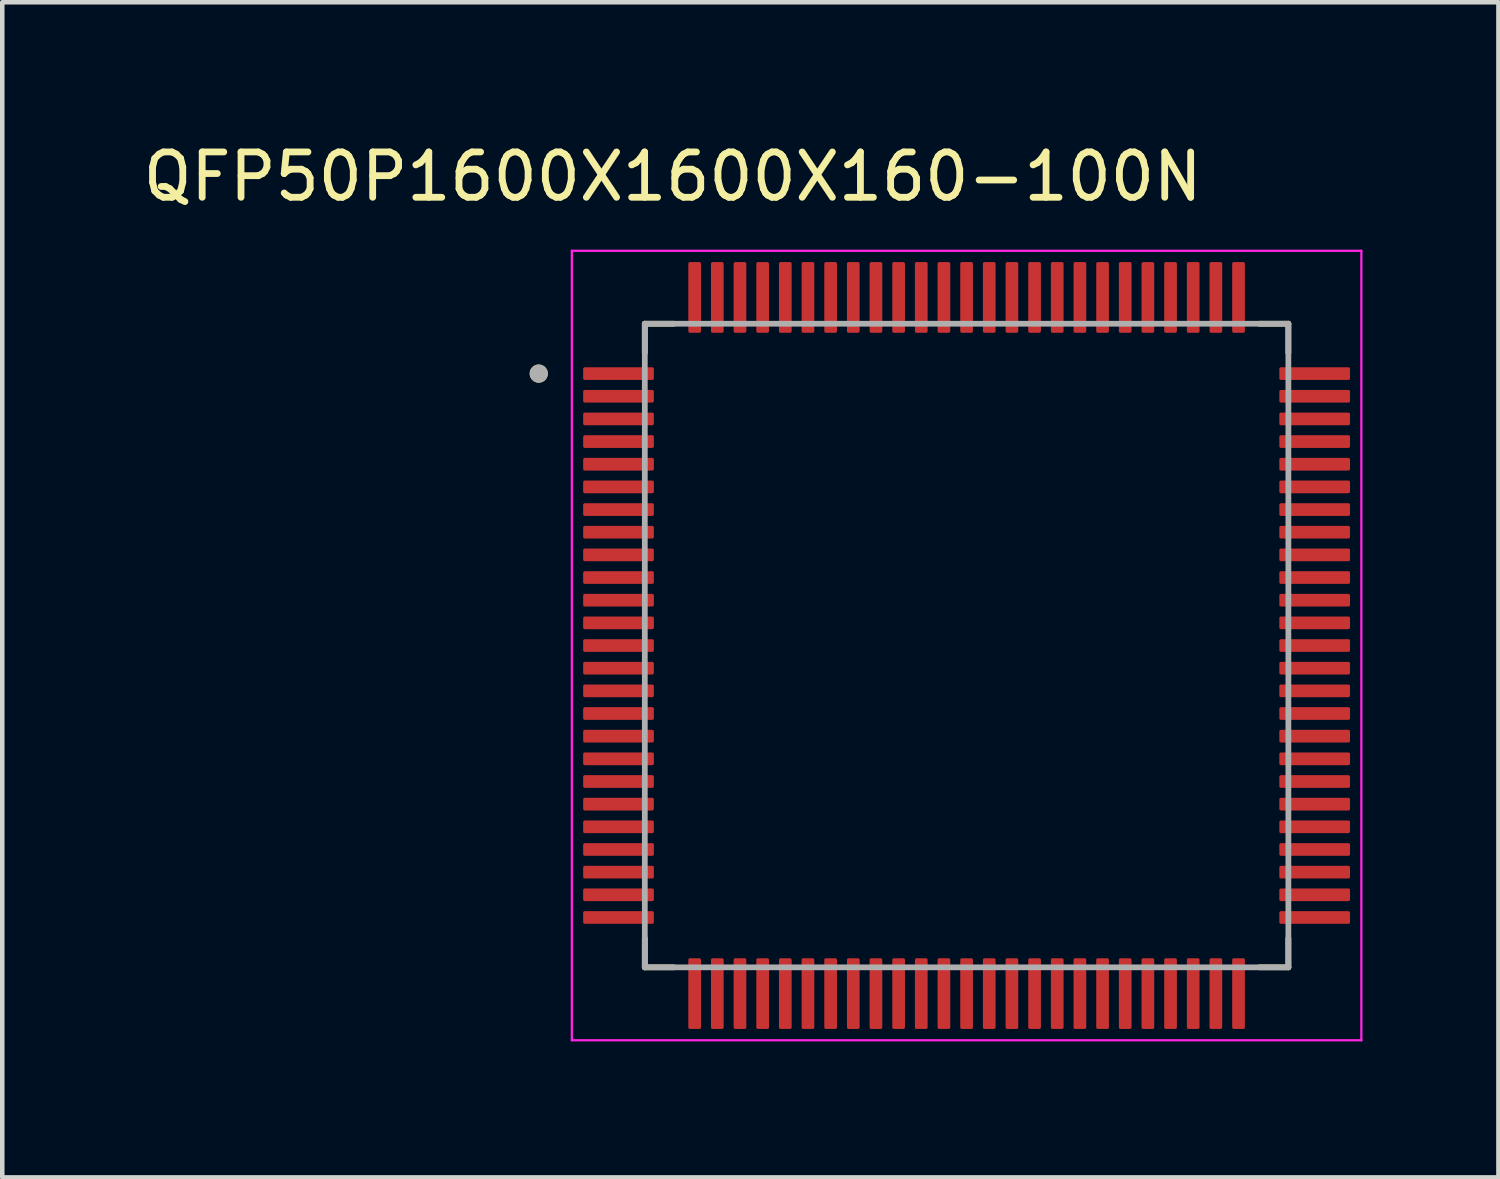
<source format=kicad_pcb>
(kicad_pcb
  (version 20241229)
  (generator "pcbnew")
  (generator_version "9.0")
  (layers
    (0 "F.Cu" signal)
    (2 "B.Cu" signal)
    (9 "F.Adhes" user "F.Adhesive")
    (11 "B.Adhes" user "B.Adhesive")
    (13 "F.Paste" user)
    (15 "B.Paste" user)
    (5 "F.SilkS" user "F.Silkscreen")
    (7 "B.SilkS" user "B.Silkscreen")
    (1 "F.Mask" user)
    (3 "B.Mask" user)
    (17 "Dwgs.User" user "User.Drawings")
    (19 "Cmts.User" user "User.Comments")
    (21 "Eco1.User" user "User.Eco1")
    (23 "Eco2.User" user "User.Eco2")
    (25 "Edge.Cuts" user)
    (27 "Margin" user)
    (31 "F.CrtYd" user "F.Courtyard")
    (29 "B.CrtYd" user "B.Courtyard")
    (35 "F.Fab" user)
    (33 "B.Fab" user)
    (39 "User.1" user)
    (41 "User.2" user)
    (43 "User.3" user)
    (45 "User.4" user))
  (footprint "QFP50P1600X1600X160-100N"
    (layer "F.Cu")
    (at 18.277 11.193)
    (property "Reference" "QFP50P1600X1600X160-100N" (at -6.485 -10.345 0) (layer "F.SilkS") (effects (font (size 1 1) (thickness 0.15))))
    (attr smd)
    (fp_line (start -7.1 -7.1) (end -7.1 -6.46) (stroke (width 0.127) (type solid)) (layer "F.SilkS"))
    (fp_line (start -7.1 -7.1) (end -6.46 -7.1) (stroke (width 0.127) (type solid)) (layer "F.SilkS"))
    (fp_line (start -7.1 7.1) (end -7.1 6.46) (stroke (width 0.127) (type solid)) (layer "F.SilkS"))
    (fp_line (start -7.1 7.1) (end -6.46 7.1) (stroke (width 0.127) (type solid)) (layer "F.SilkS"))
    (fp_line (start 7.1 -7.1) (end 6.46 -7.1) (stroke (width 0.127) (type solid)) (layer "F.SilkS"))
    (fp_line (start 7.1 -7.1) (end 7.1 -6.46) (stroke (width 0.127) (type solid)) (layer "F.SilkS"))
    (fp_line (start 7.1 7.1) (end 6.46 7.1) (stroke (width 0.127) (type solid)) (layer "F.SilkS"))
    (fp_line (start 7.1 7.1) (end 7.1 6.46) (stroke (width 0.127) (type solid)) (layer "F.SilkS"))
    (fp_circle (center -9.44 -6) (end -9.34 -6) (stroke (width 0.2) (type solid)) (fill no) (layer "F.SilkS"))
    (fp_line (start -8.71 -8.71) (end 8.71 -8.71) (stroke (width 0.05) (type solid)) (layer "F.CrtYd"))
    (fp_line (start -8.71 8.71) (end -8.71 -8.71) (stroke (width 0.05) (type solid)) (layer "F.CrtYd"))
    (fp_line (start -8.71 8.71) (end 8.71 8.71) (stroke (width 0.05) (type solid)) (layer "F.CrtYd"))
    (fp_line (start 8.71 8.71) (end 8.71 -8.71) (stroke (width 0.05) (type solid)) (layer "F.CrtYd"))
    (fp_line (start -7.1 7.1) (end -7.1 -7.1) (stroke (width 0.127) (type solid)) (layer "F.Fab"))
    (fp_line (start 7.1 -7.1) (end -7.1 -7.1) (stroke (width 0.127) (type solid)) (layer "F.Fab"))
    (fp_line (start 7.1 7.1) (end -7.1 7.1) (stroke (width 0.127) (type solid)) (layer "F.Fab"))
    (fp_line (start 7.1 7.1) (end 7.1 -7.1) (stroke (width 0.127) (type solid)) (layer "F.Fab"))
    (fp_circle (center -9.44 -6) (end -9.34 -6) (stroke (width 0.2) (type solid)) (fill no) (layer "F.Fab"))
    (pad "1" smd roundrect (at -7.68 -6) (size 1.56 0.28) (layers "F.Cu" "F.Mask" "F.Paste") (roundrect_rratio 0.125))
    (pad "2" smd roundrect (at -7.68 -5.5) (size 1.56 0.28) (layers "F.Cu" "F.Mask" "F.Paste") (roundrect_rratio 0.125))
    (pad "3" smd roundrect (at -7.68 -5) (size 1.56 0.28) (layers "F.Cu" "F.Mask" "F.Paste") (roundrect_rratio 0.125))
    (pad "4" smd roundrect (at -7.68 -4.5) (size 1.56 0.28) (layers "F.Cu" "F.Mask" "F.Paste") (roundrect_rratio 0.125))
    (pad "5" smd roundrect (at -7.68 -4) (size 1.56 0.28) (layers "F.Cu" "F.Mask" "F.Paste") (roundrect_rratio 0.125))
    (pad "6" smd roundrect (at -7.68 -3.5) (size 1.56 0.28) (layers "F.Cu" "F.Mask" "F.Paste") (roundrect_rratio 0.125))
    (pad "7" smd roundrect (at -7.68 -3) (size 1.56 0.28) (layers "F.Cu" "F.Mask" "F.Paste") (roundrect_rratio 0.125))
    (pad "8" smd roundrect (at -7.68 -2.5) (size 1.56 0.28) (layers "F.Cu" "F.Mask" "F.Paste") (roundrect_rratio 0.125))
    (pad "9" smd roundrect (at -7.68 -2) (size 1.56 0.28) (layers "F.Cu" "F.Mask" "F.Paste") (roundrect_rratio 0.125))
    (pad "10" smd roundrect (at -7.68 -1.5) (size 1.56 0.28) (layers "F.Cu" "F.Mask" "F.Paste") (roundrect_rratio 0.125))
    (pad "11" smd roundrect (at -7.68 -1) (size 1.56 0.28) (layers "F.Cu" "F.Mask" "F.Paste") (roundrect_rratio 0.125))
    (pad "12" smd roundrect (at -7.68 -0.5) (size 1.56 0.28) (layers "F.Cu" "F.Mask" "F.Paste") (roundrect_rratio 0.125))
    (pad "13" smd roundrect (at -7.68 0) (size 1.56 0.28) (layers "F.Cu" "F.Mask" "F.Paste") (roundrect_rratio 0.125))
    (pad "14" smd roundrect (at -7.68 0.5) (size 1.56 0.28) (layers "F.Cu" "F.Mask" "F.Paste") (roundrect_rratio 0.125))
    (pad "15" smd roundrect (at -7.68 1) (size 1.56 0.28) (layers "F.Cu" "F.Mask" "F.Paste") (roundrect_rratio 0.125))
    (pad "16" smd roundrect (at -7.68 1.5) (size 1.56 0.28) (layers "F.Cu" "F.Mask" "F.Paste") (roundrect_rratio 0.125))
    (pad "17" smd roundrect (at -7.68 2) (size 1.56 0.28) (layers "F.Cu" "F.Mask" "F.Paste") (roundrect_rratio 0.125))
    (pad "18" smd roundrect (at -7.68 2.5) (size 1.56 0.28) (layers "F.Cu" "F.Mask" "F.Paste") (roundrect_rratio 0.125))
    (pad "19" smd roundrect (at -7.68 3) (size 1.56 0.28) (layers "F.Cu" "F.Mask" "F.Paste") (roundrect_rratio 0.125))
    (pad "20" smd roundrect (at -7.68 3.5) (size 1.56 0.28) (layers "F.Cu" "F.Mask" "F.Paste") (roundrect_rratio 0.125))
    (pad "21" smd roundrect (at -7.68 4) (size 1.56 0.28) (layers "F.Cu" "F.Mask" "F.Paste") (roundrect_rratio 0.125))
    (pad "22" smd roundrect (at -7.68 4.5) (size 1.56 0.28) (layers "F.Cu" "F.Mask" "F.Paste") (roundrect_rratio 0.125))
    (pad "23" smd roundrect (at -7.68 5) (size 1.56 0.28) (layers "F.Cu" "F.Mask" "F.Paste") (roundrect_rratio 0.125))
    (pad "24" smd roundrect (at -7.68 5.5) (size 1.56 0.28) (layers "F.Cu" "F.Mask" "F.Paste") (roundrect_rratio 0.125))
    (pad "25" smd roundrect (at -7.68 6) (size 1.56 0.28) (layers "F.Cu" "F.Mask" "F.Paste") (roundrect_rratio 0.125))
    (pad "26" smd roundrect (at -6 7.68 90) (size 1.56 0.28) (layers "F.Cu" "F.Mask" "F.Paste") (roundrect_rratio 0.125))
    (pad "27" smd roundrect (at -5.5 7.68 90) (size 1.56 0.28) (layers "F.Cu" "F.Mask" "F.Paste") (roundrect_rratio 0.125))
    (pad "28" smd roundrect (at -5 7.68 90) (size 1.56 0.28) (layers "F.Cu" "F.Mask" "F.Paste") (roundrect_rratio 0.125))
    (pad "29" smd roundrect (at -4.5 7.68 90) (size 1.56 0.28) (layers "F.Cu" "F.Mask" "F.Paste") (roundrect_rratio 0.125))
    (pad "30" smd roundrect (at -4 7.68 90) (size 1.56 0.28) (layers "F.Cu" "F.Mask" "F.Paste") (roundrect_rratio 0.125))
    (pad "31" smd roundrect (at -3.5 7.68 90) (size 1.56 0.28) (layers "F.Cu" "F.Mask" "F.Paste") (roundrect_rratio 0.125))
    (pad "32" smd roundrect (at -3 7.68 90) (size 1.56 0.28) (layers "F.Cu" "F.Mask" "F.Paste") (roundrect_rratio 0.125))
    (pad "33" smd roundrect (at -2.5 7.68 90) (size 1.56 0.28) (layers "F.Cu" "F.Mask" "F.Paste") (roundrect_rratio 0.125))
    (pad "34" smd roundrect (at -2 7.68 90) (size 1.56 0.28) (layers "F.Cu" "F.Mask" "F.Paste") (roundrect_rratio 0.125))
    (pad "35" smd roundrect (at -1.5 7.68 90) (size 1.56 0.28) (layers "F.Cu" "F.Mask" "F.Paste") (roundrect_rratio 0.125))
    (pad "36" smd roundrect (at -1 7.68 90) (size 1.56 0.28) (layers "F.Cu" "F.Mask" "F.Paste") (roundrect_rratio 0.125))
    (pad "37" smd roundrect (at -0.5 7.68 90) (size 1.56 0.28) (layers "F.Cu" "F.Mask" "F.Paste") (roundrect_rratio 0.125))
    (pad "38" smd roundrect (at 0 7.68 90) (size 1.56 0.28) (layers "F.Cu" "F.Mask" "F.Paste") (roundrect_rratio 0.125))
    (pad "39" smd roundrect (at 0.5 7.68 90) (size 1.56 0.28) (layers "F.Cu" "F.Mask" "F.Paste") (roundrect_rratio 0.125))
    (pad "40" smd roundrect (at 1 7.68 90) (size 1.56 0.28) (layers "F.Cu" "F.Mask" "F.Paste") (roundrect_rratio 0.125))
    (pad "41" smd roundrect (at 1.5 7.68 90) (size 1.56 0.28) (layers "F.Cu" "F.Mask" "F.Paste") (roundrect_rratio 0.125))
    (pad "42" smd roundrect (at 2 7.68 90) (size 1.56 0.28) (layers "F.Cu" "F.Mask" "F.Paste") (roundrect_rratio 0.125))
    (pad "43" smd roundrect (at 2.5 7.68 90) (size 1.56 0.28) (layers "F.Cu" "F.Mask" "F.Paste") (roundrect_rratio 0.125))
    (pad "44" smd roundrect (at 3 7.68 90) (size 1.56 0.28) (layers "F.Cu" "F.Mask" "F.Paste") (roundrect_rratio 0.125))
    (pad "45" smd roundrect (at 3.5 7.68 90) (size 1.56 0.28) (layers "F.Cu" "F.Mask" "F.Paste") (roundrect_rratio 0.125))
    (pad "46" smd roundrect (at 4 7.68 90) (size 1.56 0.28) (layers "F.Cu" "F.Mask" "F.Paste") (roundrect_rratio 0.125))
    (pad "47" smd roundrect (at 4.5 7.68 90) (size 1.56 0.28) (layers "F.Cu" "F.Mask" "F.Paste") (roundrect_rratio 0.125))
    (pad "48" smd roundrect (at 5 7.68 90) (size 1.56 0.28) (layers "F.Cu" "F.Mask" "F.Paste") (roundrect_rratio 0.125))
    (pad "49" smd roundrect (at 5.5 7.68 90) (size 1.56 0.28) (layers "F.Cu" "F.Mask" "F.Paste") (roundrect_rratio 0.125))
    (pad "50" smd roundrect (at 6 7.68 90) (size 1.56 0.28) (layers "F.Cu" "F.Mask" "F.Paste") (roundrect_rratio 0.125))
    (pad "51" smd roundrect (at 7.68 6) (size 1.56 0.28) (layers "F.Cu" "F.Mask" "F.Paste") (roundrect_rratio 0.125))
    (pad "52" smd roundrect (at 7.68 5.5) (size 1.56 0.28) (layers "F.Cu" "F.Mask" "F.Paste") (roundrect_rratio 0.125))
    (pad "53" smd roundrect (at 7.68 5) (size 1.56 0.28) (layers "F.Cu" "F.Mask" "F.Paste") (roundrect_rratio 0.125))
    (pad "54" smd roundrect (at 7.68 4.5) (size 1.56 0.28) (layers "F.Cu" "F.Mask" "F.Paste") (roundrect_rratio 0.125))
    (pad "55" smd roundrect (at 7.68 4) (size 1.56 0.28) (layers "F.Cu" "F.Mask" "F.Paste") (roundrect_rratio 0.125))
    (pad "56" smd roundrect (at 7.68 3.5) (size 1.56 0.28) (layers "F.Cu" "F.Mask" "F.Paste") (roundrect_rratio 0.125))
    (pad "57" smd roundrect (at 7.68 3) (size 1.56 0.28) (layers "F.Cu" "F.Mask" "F.Paste") (roundrect_rratio 0.125))
    (pad "58" smd roundrect (at 7.68 2.5) (size 1.56 0.28) (layers "F.Cu" "F.Mask" "F.Paste") (roundrect_rratio 0.125))
    (pad "59" smd roundrect (at 7.68 2) (size 1.56 0.28) (layers "F.Cu" "F.Mask" "F.Paste") (roundrect_rratio 0.125))
    (pad "60" smd roundrect (at 7.68 1.5) (size 1.56 0.28) (layers "F.Cu" "F.Mask" "F.Paste") (roundrect_rratio 0.125))
    (pad "61" smd roundrect (at 7.68 1) (size 1.56 0.28) (layers "F.Cu" "F.Mask" "F.Paste") (roundrect_rratio 0.125))
    (pad "62" smd roundrect (at 7.68 0.5) (size 1.56 0.28) (layers "F.Cu" "F.Mask" "F.Paste") (roundrect_rratio 0.125))
    (pad "63" smd roundrect (at 7.68 0) (size 1.56 0.28) (layers "F.Cu" "F.Mask" "F.Paste") (roundrect_rratio 0.125))
    (pad "64" smd roundrect (at 7.68 -0.5) (size 1.56 0.28) (layers "F.Cu" "F.Mask" "F.Paste") (roundrect_rratio 0.125))
    (pad "65" smd roundrect (at 7.68 -1) (size 1.56 0.28) (layers "F.Cu" "F.Mask" "F.Paste") (roundrect_rratio 0.125))
    (pad "66" smd roundrect (at 7.68 -1.5) (size 1.56 0.28) (layers "F.Cu" "F.Mask" "F.Paste") (roundrect_rratio 0.125))
    (pad "67" smd roundrect (at 7.68 -2) (size 1.56 0.28) (layers "F.Cu" "F.Mask" "F.Paste") (roundrect_rratio 0.125))
    (pad "68" smd roundrect (at 7.68 -2.5) (size 1.56 0.28) (layers "F.Cu" "F.Mask" "F.Paste") (roundrect_rratio 0.125))
    (pad "69" smd roundrect (at 7.68 -3) (size 1.56 0.28) (layers "F.Cu" "F.Mask" "F.Paste") (roundrect_rratio 0.125))
    (pad "70" smd roundrect (at 7.68 -3.5) (size 1.56 0.28) (layers "F.Cu" "F.Mask" "F.Paste") (roundrect_rratio 0.125))
    (pad "71" smd roundrect (at 7.68 -4) (size 1.56 0.28) (layers "F.Cu" "F.Mask" "F.Paste") (roundrect_rratio 0.125))
    (pad "72" smd roundrect (at 7.68 -4.5) (size 1.56 0.28) (layers "F.Cu" "F.Mask" "F.Paste") (roundrect_rratio 0.125))
    (pad "73" smd roundrect (at 7.68 -5) (size 1.56 0.28) (layers "F.Cu" "F.Mask" "F.Paste") (roundrect_rratio 0.125))
    (pad "74" smd roundrect (at 7.68 -5.5) (size 1.56 0.28) (layers "F.Cu" "F.Mask" "F.Paste") (roundrect_rratio 0.125))
    (pad "75" smd roundrect (at 7.68 -6) (size 1.56 0.28) (layers "F.Cu" "F.Mask" "F.Paste") (roundrect_rratio 0.125))
    (pad "76" smd roundrect (at 6 -7.68 90) (size 1.56 0.28) (layers "F.Cu" "F.Mask" "F.Paste") (roundrect_rratio 0.125))
    (pad "77" smd roundrect (at 5.5 -7.68 90) (size 1.56 0.28) (layers "F.Cu" "F.Mask" "F.Paste") (roundrect_rratio 0.125))
    (pad "78" smd roundrect (at 5 -7.68 90) (size 1.56 0.28) (layers "F.Cu" "F.Mask" "F.Paste") (roundrect_rratio 0.125))
    (pad "79" smd roundrect (at 4.5 -7.68 90) (size 1.56 0.28) (layers "F.Cu" "F.Mask" "F.Paste") (roundrect_rratio 0.125))
    (pad "80" smd roundrect (at 4 -7.68 90) (size 1.56 0.28) (layers "F.Cu" "F.Mask" "F.Paste") (roundrect_rratio 0.125))
    (pad "81" smd roundrect (at 3.5 -7.68 90) (size 1.56 0.28) (layers "F.Cu" "F.Mask" "F.Paste") (roundrect_rratio 0.125))
    (pad "82" smd roundrect (at 3 -7.68 90) (size 1.56 0.28) (layers "F.Cu" "F.Mask" "F.Paste") (roundrect_rratio 0.125))
    (pad "83" smd roundrect (at 2.5 -7.68 90) (size 1.56 0.28) (layers "F.Cu" "F.Mask" "F.Paste") (roundrect_rratio 0.125))
    (pad "84" smd roundrect (at 2 -7.68 90) (size 1.56 0.28) (layers "F.Cu" "F.Mask" "F.Paste") (roundrect_rratio 0.125))
    (pad "85" smd roundrect (at 1.5 -7.68 90) (size 1.56 0.28) (layers "F.Cu" "F.Mask" "F.Paste") (roundrect_rratio 0.125))
    (pad "86" smd roundrect (at 1 -7.68 90) (size 1.56 0.28) (layers "F.Cu" "F.Mask" "F.Paste") (roundrect_rratio 0.125))
    (pad "87" smd roundrect (at 0.5 -7.68 90) (size 1.56 0.28) (layers "F.Cu" "F.Mask" "F.Paste") (roundrect_rratio 0.125))
    (pad "88" smd roundrect (at 0 -7.68 90) (size 1.56 0.28) (layers "F.Cu" "F.Mask" "F.Paste") (roundrect_rratio 0.125))
    (pad "89" smd roundrect (at -0.5 -7.68 90) (size 1.56 0.28) (layers "F.Cu" "F.Mask" "F.Paste") (roundrect_rratio 0.125))
    (pad "90" smd roundrect (at -1 -7.68 90) (size 1.56 0.28) (layers "F.Cu" "F.Mask" "F.Paste") (roundrect_rratio 0.125))
    (pad "91" smd roundrect (at -1.5 -7.68 90) (size 1.56 0.28) (layers "F.Cu" "F.Mask" "F.Paste") (roundrect_rratio 0.125))
    (pad "92" smd roundrect (at -2 -7.68 90) (size 1.56 0.28) (layers "F.Cu" "F.Mask" "F.Paste") (roundrect_rratio 0.125))
    (pad "93" smd roundrect (at -2.5 -7.68 90) (size 1.56 0.28) (layers "F.Cu" "F.Mask" "F.Paste") (roundrect_rratio 0.125))
    (pad "94" smd roundrect (at -3 -7.68 90) (size 1.56 0.28) (layers "F.Cu" "F.Mask" "F.Paste") (roundrect_rratio 0.125))
    (pad "95" smd roundrect (at -3.5 -7.68 90) (size 1.56 0.28) (layers "F.Cu" "F.Mask" "F.Paste") (roundrect_rratio 0.125))
    (pad "96" smd roundrect (at -4 -7.68 90) (size 1.56 0.28) (layers "F.Cu" "F.Mask" "F.Paste") (roundrect_rratio 0.125))
    (pad "97" smd roundrect (at -4.5 -7.68 90) (size 1.56 0.28) (layers "F.Cu" "F.Mask" "F.Paste") (roundrect_rratio 0.125))
    (pad "98" smd roundrect (at -5 -7.68 90) (size 1.56 0.28) (layers "F.Cu" "F.Mask" "F.Paste") (roundrect_rratio 0.125))
    (pad "99" smd roundrect (at -5.5 -7.68 90) (size 1.56 0.28) (layers "F.Cu" "F.Mask" "F.Paste") (roundrect_rratio 0.125))
    (pad "100" smd roundrect (at -6 -7.68 90) (size 1.56 0.28) (layers "F.Cu" "F.Mask" "F.Paste") (roundrect_rratio 0.125)))
  (gr_rect
    (start -3 -3)
    (end 30.012 22.928)
    (stroke (width 0.1) (type default))
    (fill no)
    (layer "Edge.Cuts")))
</source>
